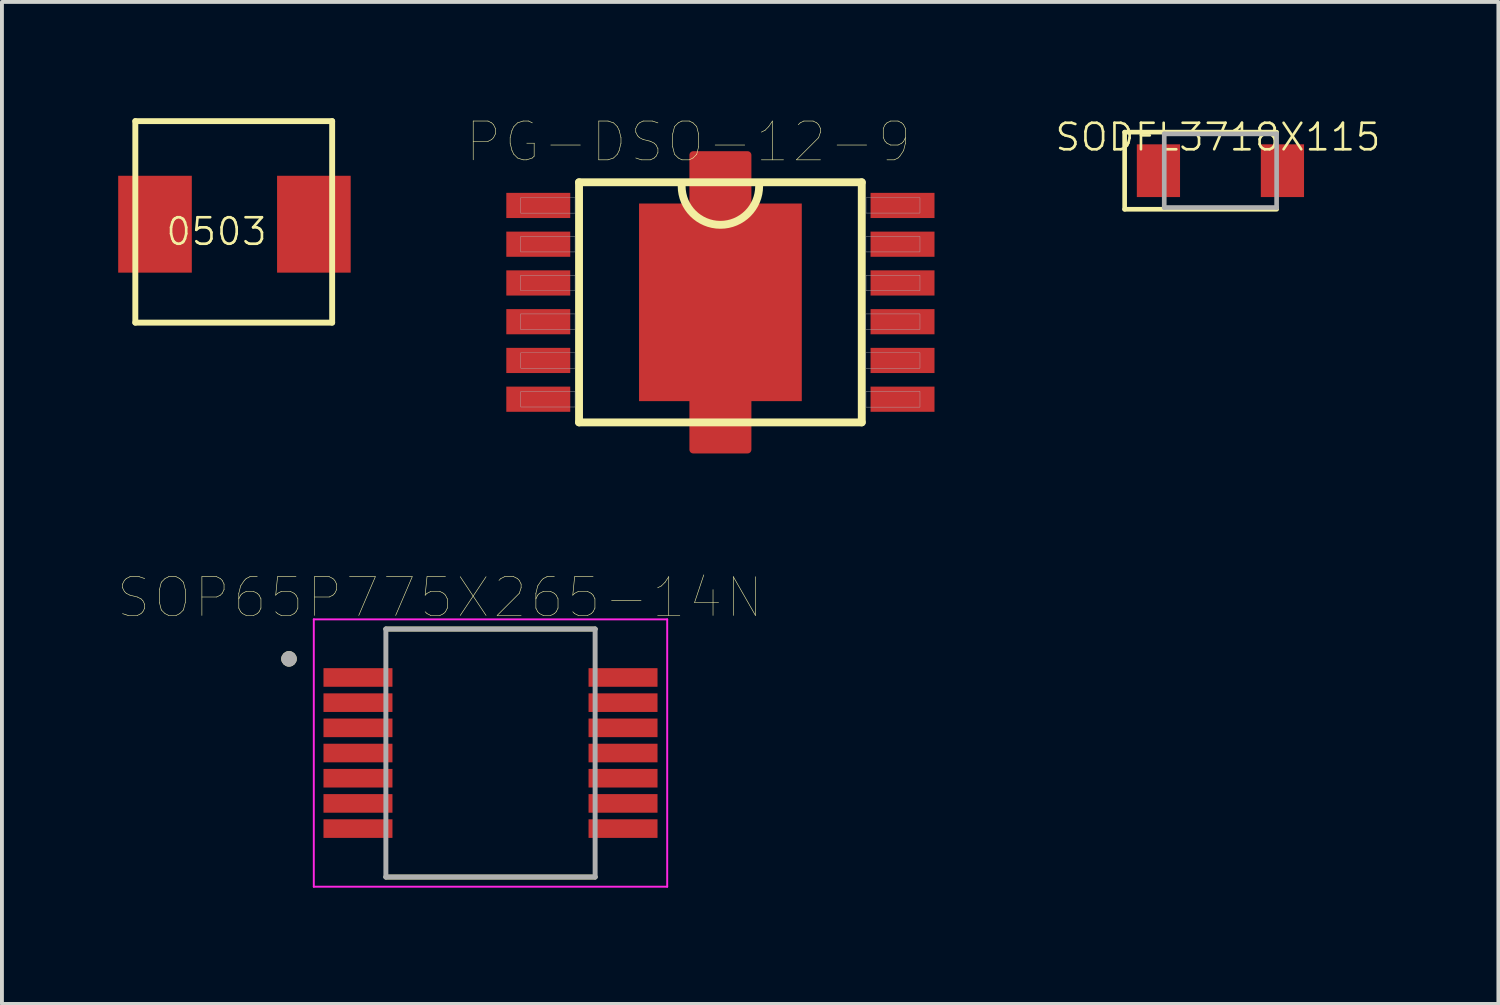
<source format=kicad_pcb>
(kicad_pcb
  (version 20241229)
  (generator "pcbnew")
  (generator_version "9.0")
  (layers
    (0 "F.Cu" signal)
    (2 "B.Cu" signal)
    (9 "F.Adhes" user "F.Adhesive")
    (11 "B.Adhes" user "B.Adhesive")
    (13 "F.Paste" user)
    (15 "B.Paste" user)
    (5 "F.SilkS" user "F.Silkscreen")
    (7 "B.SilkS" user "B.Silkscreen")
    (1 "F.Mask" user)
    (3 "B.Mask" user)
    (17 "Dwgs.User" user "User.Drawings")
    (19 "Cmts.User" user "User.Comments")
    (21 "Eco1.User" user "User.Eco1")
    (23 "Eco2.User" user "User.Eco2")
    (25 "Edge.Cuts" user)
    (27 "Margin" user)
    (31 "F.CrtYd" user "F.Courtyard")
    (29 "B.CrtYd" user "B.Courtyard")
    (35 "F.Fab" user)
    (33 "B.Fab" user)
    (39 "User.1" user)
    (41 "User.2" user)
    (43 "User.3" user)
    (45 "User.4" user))
  (footprint "SODFL3718X115"
    (layer "F.Cu")
    (at 28.445 1.355)
    (property "Reference" "SODFL3718X115" (at -0.064 -0.466 0) (layer "F.SilkS") (effects (font (size 0.684 0.684) (thickness 0.068)) (justify bottom)))
    (attr through_hole)
    (fp_line (start -2.472 -0.995) (end -2.472 0.995) (stroke (width 0.12) (type solid)) (layer "F.SilkS"))
    (fp_line (start -2.472 0.995) (end 1.45 0.995) (stroke (width 0.12) (type solid)) (layer "F.SilkS"))
    (fp_line (start 1.45 -0.995) (end -2.472 -0.995) (stroke (width 0.12) (type solid)) (layer "F.SilkS"))
    (fp_line (start -1.45 -0.95) (end 1.45 -0.95) (stroke (width 0.12) (type solid)) (layer "F.Fab"))
    (fp_line (start -1.45 0.95) (end -1.45 -0.95) (stroke (width 0.12) (type solid)) (layer "F.Fab"))
    (fp_line (start 1.45 -0.95) (end 1.45 0.95) (stroke (width 0.12) (type solid)) (layer "F.Fab"))
    (fp_line (start 1.45 0.95) (end -1.45 0.95) (stroke (width 0.12) (type solid)) (layer "F.Fab"))
    (pad "1" smd rect (at -1.6 0) (size 1.115 1.361) (layers "F.Cu" "F.Mask" "F.Paste"))
    (pad "2" smd rect (at 1.6 0) (size 1.115 1.361) (layers "F.Cu" "F.Mask" "F.Paste")))
  (footprint "SOP65P775X265-14N"
    (layer "F.Cu")
    (at 9.608 16.383)
    (property "Reference" "SOP65P775X265-14N" (at -1.305 -4.012 0) (layer "F.SilkS") (effects (font (size 1 1) (thickness 0.015))))
    (attr through_hole)
    (fp_line (start -2.7 -3.2) (end 2.7 -3.2) (stroke (width 0.127) (type solid)) (layer "F.SilkS"))
    (fp_line (start -2.7 3.2) (end 2.7 3.2) (stroke (width 0.127) (type solid)) (layer "F.SilkS"))
    (fp_circle (center -5.2 -2.43) (end -5.1 -2.43) (stroke (width 0.2) (type solid)) (fill no) (layer "F.SilkS"))
    (fp_line (start -4.56 -3.45) (end -4.56 3.45) (stroke (width 0.05) (type solid)) (layer "F.CrtYd"))
    (fp_line (start -4.56 -3.45) (end 4.56 -3.45) (stroke (width 0.05) (type solid)) (layer "F.CrtYd"))
    (fp_line (start -4.56 3.45) (end 4.56 3.45) (stroke (width 0.05) (type solid)) (layer "F.CrtYd"))
    (fp_line (start 4.56 -3.45) (end 4.56 3.45) (stroke (width 0.05) (type solid)) (layer "F.CrtYd"))
    (fp_line (start -2.7 -3.2) (end -2.7 3.2) (stroke (width 0.127) (type solid)) (layer "F.Fab"))
    (fp_line (start -2.7 -3.2) (end 2.7 -3.2) (stroke (width 0.127) (type solid)) (layer "F.Fab"))
    (fp_line (start -2.7 3.2) (end 2.7 3.2) (stroke (width 0.127) (type solid)) (layer "F.Fab"))
    (fp_line (start 2.7 -3.2) (end 2.7 3.2) (stroke (width 0.127) (type solid)) (layer "F.Fab"))
    (fp_circle (center -5.2 -2.43) (end -5.1 -2.43) (stroke (width 0.2) (type solid)) (fill no) (layer "F.Fab"))
    (pad "1" smd rect (at -3.42 -1.95) (size 1.78 0.48) (layers "F.Cu" "F.Mask" "F.Paste"))
    (pad "2" smd rect (at -3.42 -1.3) (size 1.78 0.48) (layers "F.Cu" "F.Mask" "F.Paste"))
    (pad "3" smd rect (at -3.42 -0.65) (size 1.78 0.48) (layers "F.Cu" "F.Mask" "F.Paste"))
    (pad "4" smd rect (at -3.42 0) (size 1.78 0.48) (layers "F.Cu" "F.Mask" "F.Paste"))
    (pad "5" smd rect (at -3.42 0.65) (size 1.78 0.48) (layers "F.Cu" "F.Mask" "F.Paste"))
    (pad "6" smd rect (at -3.42 1.3) (size 1.78 0.48) (layers "F.Cu" "F.Mask" "F.Paste"))
    (pad "7" smd rect (at -3.42 1.95) (size 1.78 0.48) (layers "F.Cu" "F.Mask" "F.Paste"))
    (pad "8" smd rect (at 3.42 1.95) (size 1.78 0.48) (layers "F.Cu" "F.Mask" "F.Paste"))
    (pad "9" smd rect (at 3.42 1.3) (size 1.78 0.48) (layers "F.Cu" "F.Mask" "F.Paste"))
    (pad "10" smd rect (at 3.42 0.65) (size 1.78 0.48) (layers "F.Cu" "F.Mask" "F.Paste"))
    (pad "11" smd rect (at 3.42 0) (size 1.78 0.48) (layers "F.Cu" "F.Mask" "F.Paste"))
    (pad "12" smd rect (at 3.42 -0.65) (size 1.78 0.48) (layers "F.Cu" "F.Mask" "F.Paste"))
    (pad "13" smd rect (at 3.42 -1.3) (size 1.78 0.48) (layers "F.Cu" "F.Mask" "F.Paste"))
    (pad "14" smd rect (at 3.42 -1.95) (size 1.78 0.48) (layers "F.Cu" "F.Mask" "F.Paste")))
  (footprint "0503"
    (layer "F.Cu")
    (at 0.95 2.736)
    (property "Reference" "0503" (at 1.587 0.191 180) (layer "F.SilkS") (effects (font (size 0.684 0.684) (thickness 0.068))))
    (attr through_hole)
    (fp_line (start -0.508 -2.66) (end 4.572 -2.66) (stroke (width 0.152) (type solid)) (layer "F.SilkS"))
    (fp_line (start -0.508 2.54) (end -0.508 -2.66) (stroke (width 0.152) (type solid)) (layer "F.SilkS"))
    (fp_line (start 4.572 -2.66) (end 4.572 2.54) (stroke (width 0.152) (type solid)) (layer "F.SilkS"))
    (fp_line (start 4.572 2.54) (end -0.508 2.54) (stroke (width 0.152) (type solid)) (layer "F.SilkS"))
    (pad "P$1" smd rect (at 0 0 180) (size 1.9 2.5) (layers "F.Cu" "F.Mask" "F.Paste"))
    (pad "P$2" smd rect (at 4.1 0 180) (size 1.9 2.5) (layers "F.Cu" "F.Mask" "F.Paste")))
  (footprint "PG-DSO-12-9"
    (layer "F.Cu")
    (at 15.541 4.752)
    (property "Reference" "PG-DSO-12-9" (at -0.826 -4.14 0) (layer "F.SilkS") (effects (font (size 1.001 1.001) (thickness 0.015))))
    (attr through_hole)
    (fp_poly (pts (xy -0.7 3.8) (xy 0.7 3.8) (xy 0.7 -3.8) (xy -0.7 -3.8)) (stroke (width 0.2) (type solid)) (fill yes) (layer "F.Cu"))
    (fp_poly (pts (xy -5.61 -0.9) (xy -3.8 -0.9) (xy -3.8 -0.1) (xy -5.61 -0.1)) (stroke (width 0.01) (type solid)) (fill yes) (layer "F.Mask"))
    (fp_poly (pts (xy -5.61 -2.9) (xy -3.8 -2.9) (xy -3.8 -2.104) (xy -5.61 -2.104)) (stroke (width 0.01) (type solid)) (fill yes) (layer "F.Mask"))
    (fp_poly (pts (xy -5.61 0.1) (xy -3.8 0.1) (xy -3.8 0.902) (xy -5.61 0.902)) (stroke (width 0.01) (type solid)) (fill yes) (layer "F.Mask"))
    (fp_poly (pts (xy -5.609 -1.9) (xy -3.8 -1.9) (xy -3.8 -1.102) (xy -5.609 -1.102)) (stroke (width 0.01) (type solid)) (fill yes) (layer "F.Mask"))
    (fp_poly (pts (xy -5.608 2.1) (xy -3.8 2.1) (xy -3.8 2.904) (xy -5.608 2.904)) (stroke (width 0.01) (type solid)) (fill yes) (layer "F.Mask"))
    (fp_poly (pts (xy -5.606 1.1) (xy -3.8 1.1) (xy -3.8 1.902) (xy -5.606 1.902)) (stroke (width 0.01) (type solid)) (fill yes) (layer "F.Mask"))
    (fp_poly (pts (xy -2.203 -2.65) (xy 2.2 -2.65) (xy 2.2 2.654) (xy -2.203 2.654)) (stroke (width 0.01) (type solid)) (fill yes) (layer "F.Mask"))
    (fp_poly (pts (xy -0.901 -4) (xy 0.9 -4) (xy 0.9 4.003) (xy -0.901 4.003)) (stroke (width 0.01) (type solid)) (fill yes) (layer "F.Mask"))
    (fp_poly (pts (xy 3.8 -2.9) (xy 5.6 -2.9) (xy 5.6 -2.1) (xy 3.8 -2.1)) (stroke (width 0.01) (type solid)) (fill yes) (layer "F.Mask"))
    (fp_poly (pts (xy 3.801 -1.9) (xy 5.6 -1.9) (xy 5.6 -1.1) (xy 3.801 -1.1)) (stroke (width 0.01) (type solid)) (fill yes) (layer "F.Mask"))
    (fp_poly (pts (xy 3.806 0.1) (xy 5.6 0.1) (xy 5.6 0.901) (xy 3.806 0.901)) (stroke (width 0.01) (type solid)) (fill yes) (layer "F.Mask"))
    (fp_poly (pts (xy 3.807 -0.9) (xy 5.6 -0.9) (xy 5.6 -0.1) (xy 3.807 -0.1)) (stroke (width 0.01) (type solid)) (fill yes) (layer "F.Mask"))
    (fp_poly (pts (xy 3.807 2.1) (xy 5.6 2.1) (xy 5.6 2.905) (xy 3.807 2.905)) (stroke (width 0.01) (type solid)) (fill yes) (layer "F.Mask"))
    (fp_poly (pts (xy 3.807 1.1) (xy 5.6 1.1) (xy 5.6 1.904) (xy 3.807 1.904)) (stroke (width 0.01) (type solid)) (fill yes) (layer "F.Mask"))
    (fp_line (start -3.648 -3.098) (end -3.648 3.098) (stroke (width 0.203) (type solid)) (layer "F.SilkS"))
    (fp_line (start -3.648 3.098) (end 3.648 3.098) (stroke (width 0.203) (type solid)) (layer "F.SilkS"))
    (fp_line (start 3.648 -3.098) (end -3.648 -3.098) (stroke (width 0.203) (type solid)) (layer "F.SilkS"))
    (fp_line (start 3.648 3.098) (end 3.648 -3.098) (stroke (width 0.203) (type solid)) (layer "F.SilkS"))
    (fp_arc (start 1 -3) (mid 0 -2) (end -1 -3) (stroke (width 0.2032) (type solid)) (layer "F.SilkS"))
    (fp_poly (pts (xy -1.803 -2.2) (xy 1.8 -2.2) (xy 1.8 2.203) (xy -1.803 2.203)) (stroke (width 0.01) (type solid)) (fill yes) (layer "B.Paste"))
    (fp_poly (pts (xy -0.601 2.2) (xy 0.6 2.2) (xy 0.6 3.705) (xy -0.601 3.705)) (stroke (width 0.01) (type solid)) (fill yes) (layer "B.Paste"))
    (fp_poly (pts (xy -0.6 -3.7) (xy 0.6 -3.7) (xy 0.6 -2.201) (xy -0.6 -2.201)) (stroke (width 0.01) (type solid)) (fill yes) (layer "B.Paste"))
    (fp_poly (pts (xy -5.157 0.3) (xy -3.75 0.3) (xy -3.75 0.701) (xy -5.157 0.701)) (stroke (width 0.01) (type solid)) (fill no) (layer "F.Fab"))
    (fp_poly (pts (xy -5.155 -2.7) (xy -3.75 -2.7) (xy -3.75 -2.302) (xy -5.155 -2.302)) (stroke (width 0.01) (type solid)) (fill no) (layer "F.Fab"))
    (fp_poly (pts (xy -5.154 -1.7) (xy -3.75 -1.7) (xy -3.75 -1.301) (xy -5.154 -1.301)) (stroke (width 0.01) (type solid)) (fill no) (layer "F.Fab"))
    (fp_poly (pts (xy -5.152 -0.7) (xy -3.75 -0.7) (xy -3.75 -0.3) (xy -5.152 -0.3)) (stroke (width 0.01) (type solid)) (fill no) (layer "F.Fab"))
    (fp_poly (pts (xy -5.151 1.3) (xy -3.75 1.3) (xy -3.75 1.7) (xy -5.151 1.7)) (stroke (width 0.01) (type solid)) (fill no) (layer "F.Fab"))
    (fp_poly (pts (xy -5.151 2.3) (xy -3.75 2.3) (xy -3.75 2.701) (xy -5.151 2.701)) (stroke (width 0.01) (type solid)) (fill no) (layer "F.Fab"))
    (fp_poly (pts (xy 3.752 1.3) (xy 5.15 1.3) (xy 5.15 1.701) (xy 3.752 1.701)) (stroke (width 0.01) (type solid)) (fill no) (layer "F.Fab"))
    (fp_poly (pts (xy 3.752 0.3) (xy 5.15 0.3) (xy 5.15 0.7) (xy 3.752 0.7)) (stroke (width 0.01) (type solid)) (fill no) (layer "F.Fab"))
    (fp_poly (pts (xy 3.754 -1.7) (xy 5.15 -1.7) (xy 5.15 -1.301) (xy 3.754 -1.301)) (stroke (width 0.01) (type solid)) (fill no) (layer "F.Fab"))
    (fp_poly (pts (xy 3.755 2.3) (xy 5.15 2.3) (xy 5.15 2.704) (xy 3.755 2.704)) (stroke (width 0.01) (type solid)) (fill no) (layer "F.Fab"))
    (fp_poly (pts (xy 3.757 -0.7) (xy 5.15 -0.7) (xy 5.15 -0.301) (xy 3.757 -0.301)) (stroke (width 0.01) (type solid)) (fill no) (layer "F.Fab"))
    (fp_poly (pts (xy 3.757 -2.7) (xy 5.15 -2.7) (xy 5.15 -2.304) (xy 3.757 -2.304)) (stroke (width 0.01) (type solid)) (fill no) (layer "F.Fab"))
    (pad "1" smd rect (at -4.7 -2.5) (size 1.65 0.65) (layers "F.Cu" "F.Paste"))
    (pad "2" smd rect (at -4.7 -1.5) (size 1.65 0.65) (layers "F.Cu" "F.Paste"))
    (pad "3" smd rect (at -4.7 -0.5) (size 1.65 0.65) (layers "F.Cu" "F.Paste"))
    (pad "4" smd rect (at -4.7 0.5) (size 1.65 0.65) (layers "F.Cu" "F.Paste"))
    (pad "5" smd rect (at -4.7 1.5) (size 1.65 0.65) (layers "F.Cu" "F.Paste"))
    (pad "6" smd rect (at -4.7 2.5) (size 1.65 0.65) (layers "F.Cu" "F.Paste"))
    (pad "7" smd rect (at 4.7 2.5) (size 1.65 0.65) (layers "F.Cu" "F.Paste"))
    (pad "8" smd rect (at 4.7 1.5) (size 1.65 0.65) (layers "F.Cu" "F.Paste"))
    (pad "9" smd rect (at 4.7 0.5) (size 1.65 0.65) (layers "F.Cu" "F.Paste"))
    (pad "10" smd rect (at 4.7 -0.5) (size 1.65 0.65) (layers "F.Cu" "F.Paste"))
    (pad "11" smd rect (at 4.7 -1.5) (size 1.65 0.65) (layers "F.Cu" "F.Paste"))
    (pad "12" smd rect (at 4.7 -2.5) (size 1.65 0.65) (layers "F.Cu" "F.Paste"))
    (pad "EXP" smd rect (at 0 0) (size 4.2 5.1) (layers "F.Cu")))
  (gr_rect
    (start -3 -3)
    (end 35.618 22.858)
    (stroke (width 0.1) (type default))
    (fill no)
    (layer "Edge.Cuts")))
</source>
